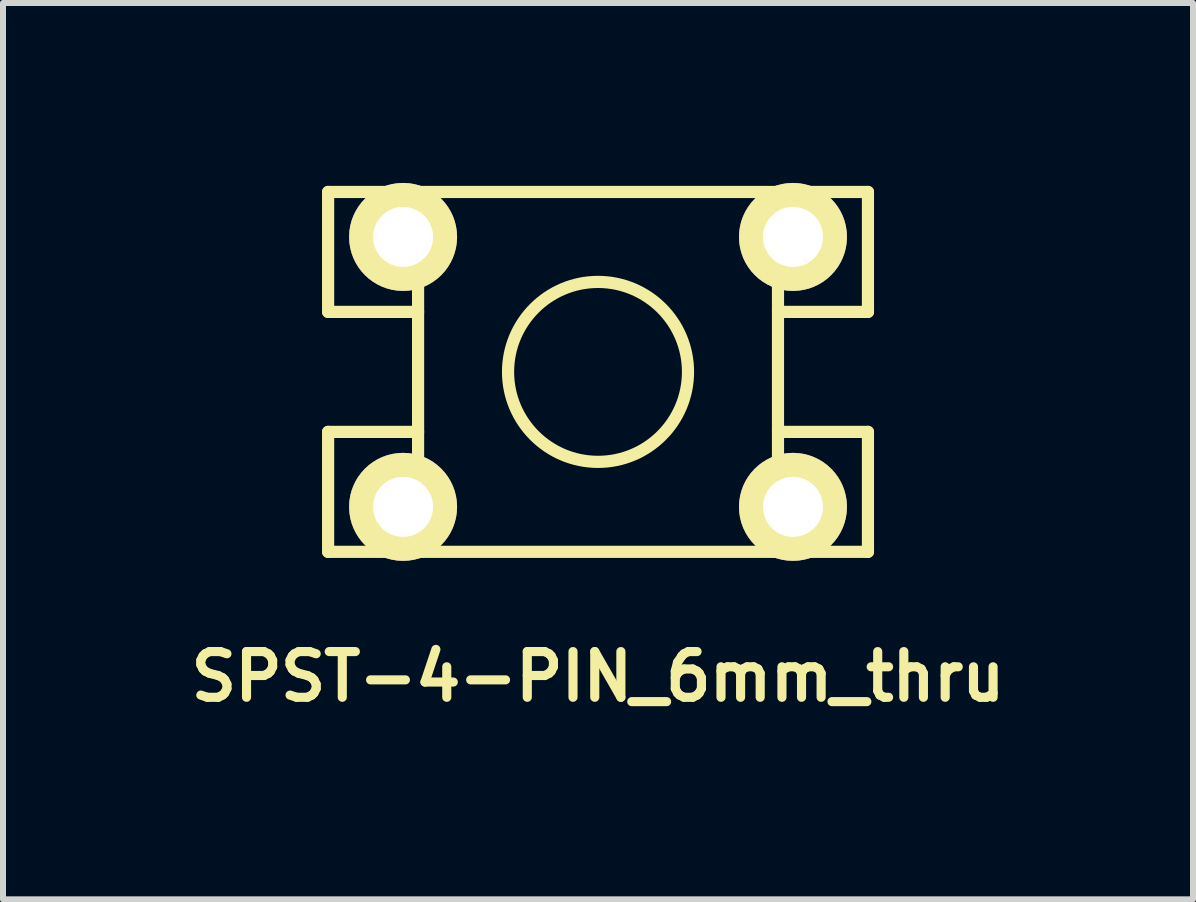
<source format=kicad_pcb>
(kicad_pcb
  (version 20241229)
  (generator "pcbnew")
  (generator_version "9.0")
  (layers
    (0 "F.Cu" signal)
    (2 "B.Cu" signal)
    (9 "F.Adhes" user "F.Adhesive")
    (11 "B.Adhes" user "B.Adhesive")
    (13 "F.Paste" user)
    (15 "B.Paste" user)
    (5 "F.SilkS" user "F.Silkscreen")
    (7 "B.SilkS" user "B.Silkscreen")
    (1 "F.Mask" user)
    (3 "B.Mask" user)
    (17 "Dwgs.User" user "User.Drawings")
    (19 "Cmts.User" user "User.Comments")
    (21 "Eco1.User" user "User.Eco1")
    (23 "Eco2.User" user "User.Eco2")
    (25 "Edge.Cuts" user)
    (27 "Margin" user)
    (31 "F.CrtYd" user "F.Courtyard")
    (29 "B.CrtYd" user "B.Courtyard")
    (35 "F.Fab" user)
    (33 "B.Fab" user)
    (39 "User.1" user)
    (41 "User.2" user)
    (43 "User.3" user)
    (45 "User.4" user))
  (footprint "SPST-4-PIN_6mm_thru"
    (layer "F.Cu")
    (at 6.92 3.15)
    (property "Reference" "SPST-4-PIN_6mm_thru" (at 0 5.08 0) (layer "F.SilkS") (effects (font (size 0.762 0.762) (thickness 0.152))))
    (attr through_hole)
    (fp_line (start -4.5 -3) (end -4.5 -1) (stroke (width 0.203) (type solid)) (layer "F.SilkS"))
    (fp_line (start -4.5 1) (end -3 1) (stroke (width 0.203) (type solid)) (layer "F.SilkS"))
    (fp_line (start -4.5 3) (end -4.5 1) (stroke (width 0.203) (type solid)) (layer "F.SilkS"))
    (fp_line (start -3 -3) (end -4.5 -3) (stroke (width 0.203) (type solid)) (layer "F.SilkS"))
    (fp_line (start -3 -3) (end -3 3) (stroke (width 0.203) (type solid)) (layer "F.SilkS"))
    (fp_line (start -3 -1) (end -4.5 -1) (stroke (width 0.203) (type solid)) (layer "F.SilkS"))
    (fp_line (start -3 3) (end -4.5 3) (stroke (width 0.203) (type solid)) (layer "F.SilkS"))
    (fp_line (start -3 3) (end 3 3) (stroke (width 0.203) (type solid)) (layer "F.SilkS"))
    (fp_line (start 3 -3) (end -3 -3) (stroke (width 0.203) (type solid)) (layer "F.SilkS"))
    (fp_line (start 3 -3) (end 4.5 -3) (stroke (width 0.203) (type solid)) (layer "F.SilkS"))
    (fp_line (start 3 3) (end 3 -3) (stroke (width 0.203) (type solid)) (layer "F.SilkS"))
    (fp_line (start 3 3) (end 4.5 3) (stroke (width 0.203) (type solid)) (layer "F.SilkS"))
    (fp_line (start 4.5 -3) (end 4.5 -1) (stroke (width 0.203) (type solid)) (layer "F.SilkS"))
    (fp_line (start 4.5 -1) (end 3 -1) (stroke (width 0.203) (type solid)) (layer "F.SilkS"))
    (fp_line (start 4.5 1) (end 3 1) (stroke (width 0.203) (type solid)) (layer "F.SilkS"))
    (fp_line (start 4.5 3) (end 4.5 1) (stroke (width 0.203) (type solid)) (layer "F.SilkS"))
    (fp_circle (center 0 0) (end 0 -1.5) (stroke (width 0.203) (type solid)) (fill no) (layer "F.SilkS"))
    (pad "1" thru_hole circle (at -3.25 -2.25) (size 1.8 1.8) (drill 1) (layers "*.Cu" "*.Mask" "F.SilkS"))
    (pad "2" thru_hole circle (at 3.25 -2.25) (size 1.8 1.8) (drill 1) (layers "*.Cu" "*.Mask" "F.SilkS"))
    (pad "3" thru_hole circle (at -3.25 2.25) (size 1.8 1.8) (drill 1) (layers "*.Cu" "*.Mask" "F.SilkS"))
    (pad "4" thru_hole circle (at 3.25 2.25) (size 1.8 1.8) (drill 1) (layers "*.Cu" "*.Mask" "F.SilkS")))
  (gr_rect
    (start -3 -3)
    (end 16.839 11.943)
    (stroke (width 0.1) (type default))
    (fill no)
    (layer "Edge.Cuts")))
</source>
